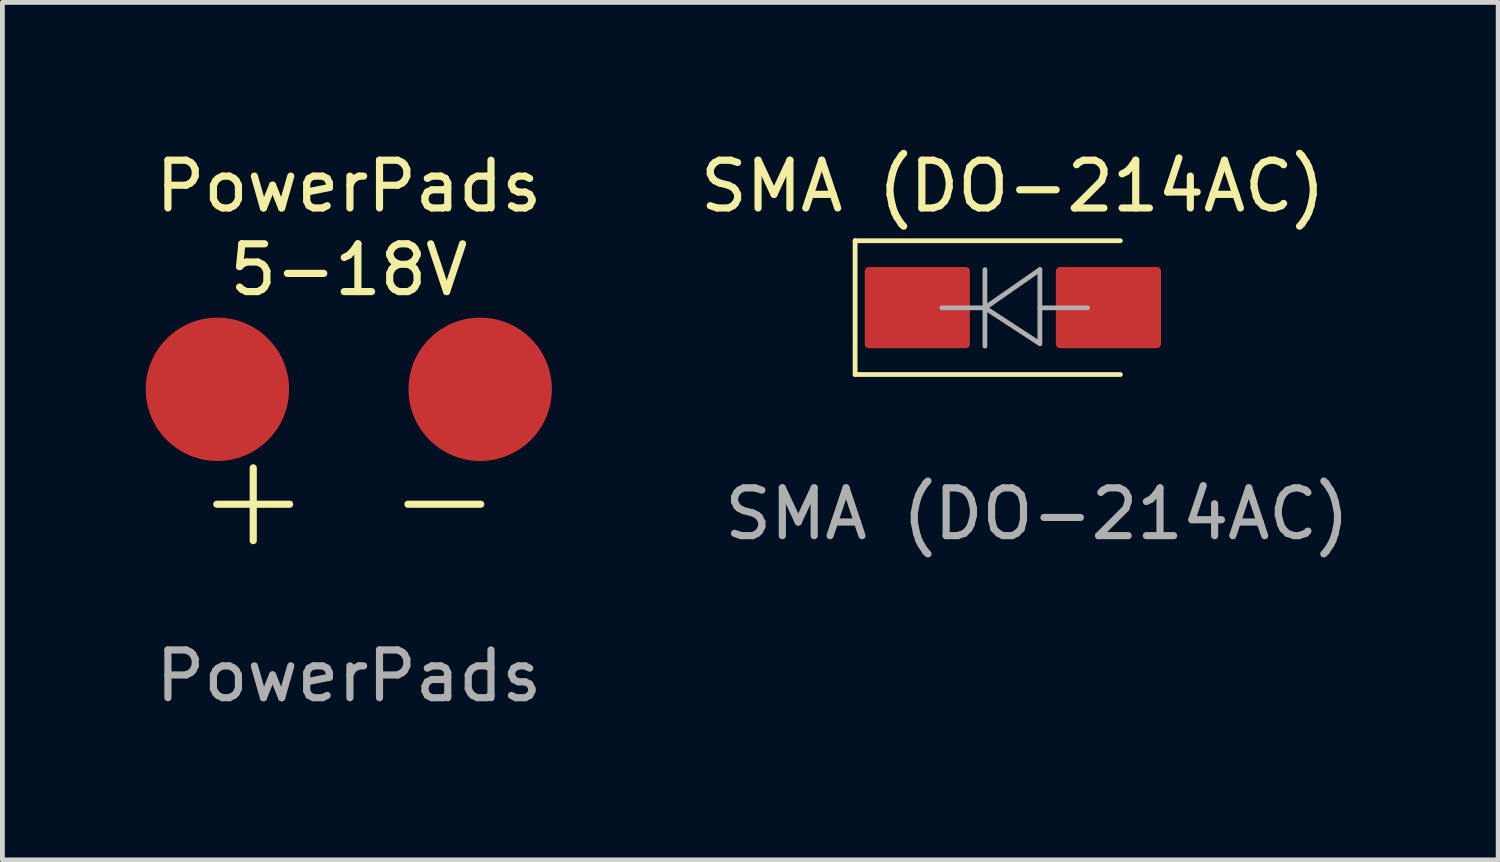
<source format=kicad_pcb>
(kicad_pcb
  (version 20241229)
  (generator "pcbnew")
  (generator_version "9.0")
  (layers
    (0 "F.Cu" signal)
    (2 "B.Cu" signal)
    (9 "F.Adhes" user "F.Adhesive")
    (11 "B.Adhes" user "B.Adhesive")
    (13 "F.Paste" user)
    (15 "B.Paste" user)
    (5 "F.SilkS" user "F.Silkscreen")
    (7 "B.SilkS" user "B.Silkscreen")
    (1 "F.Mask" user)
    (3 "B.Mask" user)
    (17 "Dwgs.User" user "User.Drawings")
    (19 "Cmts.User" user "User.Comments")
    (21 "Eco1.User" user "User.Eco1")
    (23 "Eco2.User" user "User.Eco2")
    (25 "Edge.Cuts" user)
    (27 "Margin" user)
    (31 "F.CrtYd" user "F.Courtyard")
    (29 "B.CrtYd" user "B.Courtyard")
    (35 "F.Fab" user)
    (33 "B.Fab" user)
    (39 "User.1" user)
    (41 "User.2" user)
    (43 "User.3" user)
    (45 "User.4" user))
  (footprint "PowerPads"
    (layer "F.Cu")
    (at 4.25 5.098)
    (property "Reference" "PowerPads" (at 0 -4.25 0) (unlocked yes) (layer "F.SilkS") (effects (font (size 1 1) (thickness 0.15))))
    (attr smd)
    (fp_text user "+ -" (at 0 2.25 0) (unlocked yes) (layer "F.SilkS") (effects (font (size 2 2) (thickness 0.15))))
    (fp_text user "5-18V" (at 0 -2.5 0) (unlocked yes) (layer "F.SilkS") (effects (font (size 1 1) (thickness 0.15))))
    (fp_text user "${REFERENCE}" (at 0 6 0) (unlocked yes) (layer "F.Fab") (effects (font (size 1 1) (thickness 0.15))))
    (pad "1" smd circle (at -2.75 0) (size 3 3) (layers "F.Cu" "F.Mask" "F.Paste"))
    (pad "2" smd circle (at 2.75 0) (size 3 3) (layers "F.Cu" "F.Mask" "F.Paste")))
  (footprint "SMA (DO-214AC)"
    (layer "F.Cu")
    (at 18.149 3.388)
    (property "Reference" "SMA (DO-214AC)" (at 0 -2.54 0) (unlocked yes) (layer "F.SilkS") (effects (font (size 1 1) (thickness 0.15))))
    (attr smd)
    (fp_line (start -3.302 -1.4) (end 2.25 -1.4) (stroke (width 0.1) (type solid)) (layer "F.SilkS"))
    (fp_line (start -3.302 1.4) (end -3.302 -1.4) (stroke (width 0.1) (type solid)) (layer "F.SilkS"))
    (fp_line (start 2.25 1.4) (end -3.302 1.4) (stroke (width 0.1) (type solid)) (layer "F.SilkS"))
    (fp_rect (start -2.64 -1.4) (end 2.64 1.4) (stroke (width 0.05) (type solid)) (fill no) (layer "Margin"))
    (fp_line (start -0.585 -0.795) (end -0.585 0.805) (stroke (width 0.1) (type solid)) (layer "F.Fab"))
    (fp_line (start -0.585 0.005) (end -1.487 0.005) (stroke (width 0.1) (type solid)) (layer "F.Fab"))
    (fp_line (start -0.585 0.005) (end 0.565 -0.795) (stroke (width 0.1) (type solid)) (layer "F.Fab"))
    (fp_line (start -0.585 0.005) (end 0.565 0.755) (stroke (width 0.1) (type solid)) (layer "F.Fab"))
    (fp_line (start 0.565 0.005) (end 1.564 0.005) (stroke (width 0.1) (type solid)) (layer "F.Fab"))
    (fp_line (start 0.565 0.755) (end 0.565 -0.795) (stroke (width 0.1) (type solid)) (layer "F.Fab"))
    (fp_text user "${REFERENCE}" (at 0.508 4.318 0) (unlocked yes) (layer "F.Fab") (effects (font (size 1 1) (thickness 0.15))))
    (pad "1" smd roundrect (at -2 0) (size 2.2 1.7) (layers "F.Cu" "F.Mask" "F.Paste") (roundrect_rratio 0.05))
    (pad "2" smd roundrect (at 2 0) (size 2.2 1.7) (layers "F.Cu" "F.Mask" "F.Paste") (roundrect_rratio 0.05)))
  (gr_rect
    (start -3 -3)
    (end 28.306 14.947)
    (stroke (width 0.1) (type default))
    (fill no)
    (layer "Edge.Cuts")))
</source>
